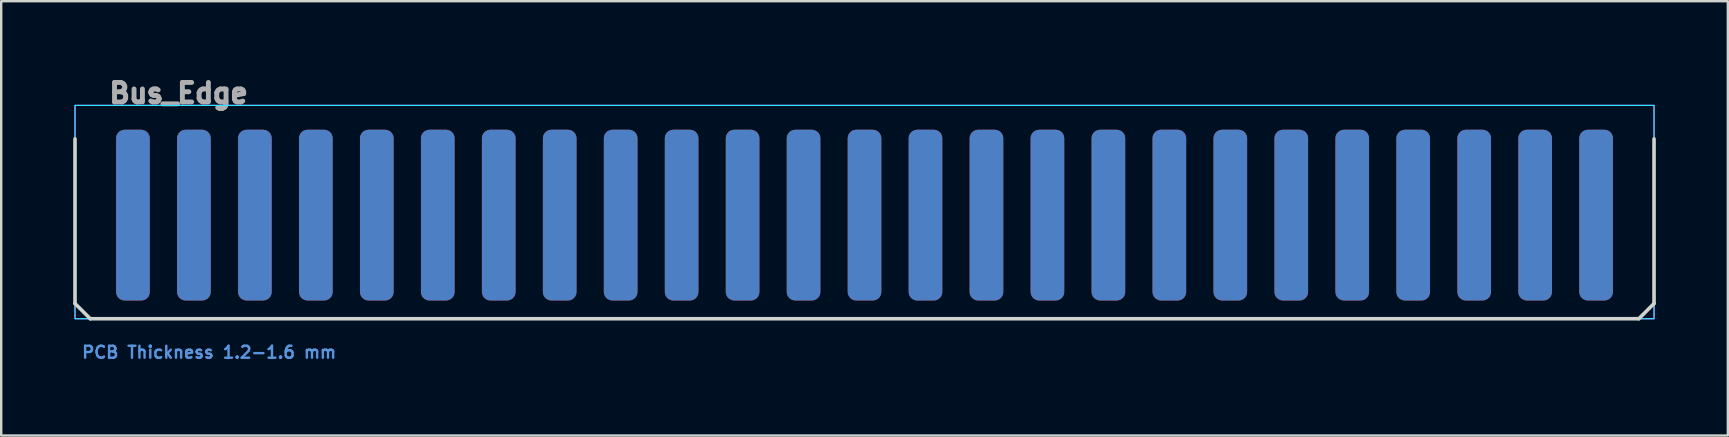
<source format=kicad_pcb>
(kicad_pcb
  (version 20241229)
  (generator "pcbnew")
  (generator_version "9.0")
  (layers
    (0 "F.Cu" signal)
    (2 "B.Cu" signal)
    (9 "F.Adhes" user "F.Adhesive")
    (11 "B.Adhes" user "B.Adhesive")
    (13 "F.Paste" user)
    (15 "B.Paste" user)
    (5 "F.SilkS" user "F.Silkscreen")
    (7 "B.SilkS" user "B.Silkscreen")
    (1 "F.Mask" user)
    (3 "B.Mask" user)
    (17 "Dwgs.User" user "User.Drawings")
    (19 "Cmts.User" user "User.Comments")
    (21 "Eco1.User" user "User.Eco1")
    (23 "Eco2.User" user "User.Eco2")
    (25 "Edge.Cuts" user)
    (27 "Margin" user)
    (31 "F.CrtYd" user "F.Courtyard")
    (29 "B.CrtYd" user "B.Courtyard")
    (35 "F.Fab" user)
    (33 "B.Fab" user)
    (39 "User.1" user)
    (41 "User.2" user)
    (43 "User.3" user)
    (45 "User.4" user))
  (footprint "Bus_Edge"
    (layer "F.Cu")
    (at 32.968 5.912)
    (property "Reference" "Bus_Edge" (at -28.575 -5.08 0) (layer "F.Fab") (effects (font (size 0.813 0.813) (thickness 0.203))))
    (attr exclude_from_pos_files exclude_from_bom allow_soldermask_bridges)
    (fp_rect (start -32.893 -3.175) (end 32.893 4.318) (stroke (width 0.05) (type solid)) (fill yes) (layer "F.Mask"))
    (fp_rect (start -32.766 -3.175) (end 32.893 4.318) (stroke (width 0.05) (type solid)) (fill yes) (layer "B.Mask"))
    (fp_line (start -32.893 3.683) (end -32.893 -3.175) (stroke (width 0.15) (type solid)) (layer "Edge.Cuts"))
    (fp_line (start -32.258 4.318) (end -32.893 3.683) (stroke (width 0.15) (type default)) (layer "Edge.Cuts"))
    (fp_line (start 32.258 4.318) (end -32.258 4.318) (stroke (width 0.15) (type solid)) (layer "Edge.Cuts"))
    (fp_line (start 32.258 4.318) (end 32.893 3.683) (stroke (width 0.15) (type default)) (layer "Edge.Cuts"))
    (fp_line (start 32.893 -3.175) (end 32.893 3.683) (stroke (width 0.15) (type solid)) (layer "Edge.Cuts"))
    (fp_rect (start -32.893 -4.572) (end 32.893 4.318) (stroke (width 0.05) (type default)) (fill no) (layer "B.CrtYd"))
    (fp_rect (start -32.893 -4.572) (end 32.893 4.318) (stroke (width 0.05) (type default)) (fill no) (layer "F.CrtYd"))
    (fp_text user "PCB Thickness 1.2-1.6 mm" (at -27.305 5.715 180) (layer "Cmts.User") (effects (font (size 0.5 0.5) (thickness 0.1))))
    (pad "1" connect roundrect (at -30.48 0 180) (size 1.4 7.112) (layers "F.Cu" "F.Mask") (roundrect_rratio 0.25))
    (pad "2" connect roundrect (at -27.94 0 180) (size 1.4 7.112) (layers "F.Cu" "F.Mask") (roundrect_rratio 0.25))
    (pad "3" connect roundrect (at -25.4 0 180) (size 1.4 7.112) (layers "F.Cu" "F.Mask") (roundrect_rratio 0.25))
    (pad "4" connect roundrect (at -22.86 0 180) (size 1.4 7.112) (layers "F.Cu" "F.Mask") (roundrect_rratio 0.25))
    (pad "5" connect roundrect (at -20.32 0 180) (size 1.4 7.112) (layers "F.Cu" "F.Mask") (roundrect_rratio 0.25))
    (pad "6" connect roundrect (at -17.78 0 180) (size 1.4 7.112) (layers "F.Cu" "F.Mask") (roundrect_rratio 0.25))
    (pad "7" connect roundrect (at -15.24 0 180) (size 1.4 7.112) (layers "F.Cu" "F.Mask") (roundrect_rratio 0.25))
    (pad "8" connect roundrect (at -12.7 0 180) (size 1.4 7.112) (layers "F.Cu" "F.Mask") (roundrect_rratio 0.25))
    (pad "9" connect roundrect (at -10.16 0 180) (size 1.4 7.112) (layers "F.Cu" "F.Mask") (roundrect_rratio 0.25))
    (pad "10" connect roundrect (at -7.62 0 180) (size 1.4 7.112) (layers "F.Cu" "F.Mask") (roundrect_rratio 0.25))
    (pad "11" connect roundrect (at -5.08 0 180) (size 1.4 7.112) (layers "F.Cu" "F.Mask") (roundrect_rratio 0.25))
    (pad "12" connect roundrect (at -2.54 0 180) (size 1.4 7.112) (layers "F.Cu" "F.Mask") (roundrect_rratio 0.25))
    (pad "13" connect roundrect (at 0 0 180) (size 1.4 7.112) (layers "F.Cu" "F.Mask") (roundrect_rratio 0.25))
    (pad "14" connect roundrect (at 2.54 0 180) (size 1.4 7.112) (layers "F.Cu" "F.Mask") (roundrect_rratio 0.25))
    (pad "15" connect roundrect (at 5.08 0 180) (size 1.4 7.112) (layers "F.Cu" "F.Mask") (roundrect_rratio 0.25))
    (pad "16" connect roundrect (at 7.62 0 180) (size 1.4 7.112) (layers "F.Cu" "F.Mask") (roundrect_rratio 0.25))
    (pad "17" connect roundrect (at 10.16 0 180) (size 1.4 7.112) (layers "F.Cu" "F.Mask") (roundrect_rratio 0.25))
    (pad "18" connect roundrect (at 12.7 0 180) (size 1.4 7.112) (layers "F.Cu" "F.Mask") (roundrect_rratio 0.25))
    (pad "19" connect roundrect (at 15.24 0 180) (size 1.4 7.112) (layers "F.Cu" "F.Mask") (roundrect_rratio 0.25))
    (pad "20" connect roundrect (at 17.78 0 180) (size 1.4 7.112) (layers "F.Cu" "F.Mask") (roundrect_rratio 0.25))
    (pad "21" connect roundrect (at 20.32 0 180) (size 1.4 7.112) (layers "F.Cu" "F.Mask") (roundrect_rratio 0.25))
    (pad "22" connect roundrect (at 22.86 0 180) (size 1.4 7.112) (layers "F.Cu" "F.Mask") (roundrect_rratio 0.25))
    (pad "23" connect roundrect (at 25.4 0 180) (size 1.4 7.112) (layers "F.Cu" "F.Mask") (roundrect_rratio 0.25))
    (pad "24" connect roundrect (at 27.94 0 180) (size 1.4 7.112) (layers "F.Cu" "F.Mask") (roundrect_rratio 0.25))
    (pad "25" connect roundrect (at 30.48 0 180) (size 1.4 7.112) (layers "F.Cu" "F.Mask") (roundrect_rratio 0.25))
    (pad "26" connect roundrect (at 30.48 0 180) (size 1.4 7.112) (layers "B.Cu" "B.Mask") (roundrect_rratio 0.25))
    (pad "27" connect roundrect (at 27.94 0 180) (size 1.4 7.112) (layers "B.Cu" "B.Mask") (roundrect_rratio 0.25))
    (pad "28" connect roundrect (at 25.4 0 180) (size 1.4 7.112) (layers "B.Cu" "B.Mask") (roundrect_rratio 0.25))
    (pad "29" connect roundrect (at 22.86 0 180) (size 1.4 7.112) (layers "B.Cu" "B.Mask") (roundrect_rratio 0.25))
    (pad "30" connect roundrect (at 20.32 0 180) (size 1.4 7.112) (layers "B.Cu" "B.Mask") (roundrect_rratio 0.25))
    (pad "31" connect roundrect (at 17.78 0 180) (size 1.4 7.112) (layers "B.Cu" "B.Mask") (roundrect_rratio 0.25))
    (pad "32" connect roundrect (at 15.24 0 180) (size 1.4 7.112) (layers "B.Cu" "B.Mask") (roundrect_rratio 0.25))
    (pad "33" connect roundrect (at 12.7 0 180) (size 1.4 7.112) (layers "B.Cu" "B.Mask") (roundrect_rratio 0.25))
    (pad "34" connect roundrect (at 10.16 0 180) (size 1.4 7.112) (layers "B.Cu" "B.Mask") (roundrect_rratio 0.25))
    (pad "35" connect roundrect (at 7.62 0 180) (size 1.4 7.112) (layers "B.Cu" "B.Mask") (roundrect_rratio 0.25))
    (pad "36" connect roundrect (at 5.08 0 180) (size 1.4 7.112) (layers "B.Cu" "B.Mask") (roundrect_rratio 0.25))
    (pad "37" connect roundrect (at 2.54 0 180) (size 1.4 7.112) (layers "B.Cu" "B.Mask") (roundrect_rratio 0.25))
    (pad "38" connect roundrect (at 0 0 180) (size 1.4 7.112) (layers "B.Cu" "B.Mask") (roundrect_rratio 0.25))
    (pad "39" connect roundrect (at -2.54 0 180) (size 1.4 7.112) (layers "B.Cu" "B.Mask") (roundrect_rratio 0.25))
    (pad "40" connect roundrect (at -5.08 0 180) (size 1.4 7.112) (layers "B.Cu" "B.Mask") (roundrect_rratio 0.25))
    (pad "41" connect roundrect (at -7.62 0 180) (size 1.4 7.112) (layers "B.Cu" "B.Mask") (roundrect_rratio 0.25))
    (pad "42" connect roundrect (at -10.16 0 180) (size 1.4 7.112) (layers "B.Cu" "B.Mask") (roundrect_rratio 0.25))
    (pad "43" connect roundrect (at -12.7 0 180) (size 1.4 7.112) (layers "B.Cu" "B.Mask") (roundrect_rratio 0.25))
    (pad "44" connect roundrect (at -15.24 0 180) (size 1.4 7.112) (layers "B.Cu" "B.Mask") (roundrect_rratio 0.25))
    (pad "45" connect roundrect (at -17.78 0 180) (size 1.4 7.112) (layers "B.Cu" "B.Mask") (roundrect_rratio 0.25))
    (pad "46" connect roundrect (at -20.32 0 180) (size 1.4 7.112) (layers "B.Cu" "B.Mask") (roundrect_rratio 0.25))
    (pad "47" connect roundrect (at -22.86 0 180) (size 1.4 7.112) (layers "B.Cu" "B.Mask") (roundrect_rratio 0.25))
    (pad "48" connect roundrect (at -25.4 0 180) (size 1.4 7.112) (layers "B.Cu" "B.Mask") (roundrect_rratio 0.25))
    (pad "49" connect roundrect (at -27.94 0 180) (size 1.4 7.112) (layers "B.Cu" "B.Mask") (roundrect_rratio 0.25))
    (pad "50" connect roundrect (at -30.48 0 180) (size 1.4 7.112) (layers "B.Cu" "B.Mask") (roundrect_rratio 0.25))
    (zone (net_name "") (layers "F.Cu" "F.Mask" "B.Cu" "B.Mask" "F.SilkS" "B.SilkS" "F.Adhes" "B.Adhes" "F.Paste" "B.Paste") (name "Bevel Area") (hatch edge 0.25) (connect_pads) (min_thickness 0.25) (filled_areas_thickness no) (keepout (tracks not_allowed) (vias not_allowed) (pads not_allowed) (copperpour not_allowed) (footprints not_allowed)) (placement (enabled no)) (fill) (polygon (pts (xy 0.075 10.23) (xy 0.075 9.494) (xy 65.861 9.494) (xy 65.861 10.23))))
    (zone (net_name "") (layers "F.Cu" "F.Mask" "B.Cu" "B.Mask" "F.SilkS" "B.SilkS" "F.Adhes" "B.Adhes" "F.Paste" "B.Paste") (hatch edge 0.5) (connect_pads) (min_thickness 0.25) (filled_areas_thickness no) (keepout (tracks allowed) (vias not_allowed) (pads not_allowed) (copperpour allowed) (footprints not_allowed)) (placement (enabled no)) (fill) (polygon (pts (xy 65.861 2.356) (xy 0.075 2.356) (xy 0.075 1.34) (xy 65.861 1.34))))
    (zone (net_name "") (layers "F.Cu" "F.Mask" "B.Cu" "B.Mask" "F.SilkS" "B.SilkS" "F.Adhes" "B.Adhes" "F.Paste" "B.Paste") (hatch edge 0.5) (connect_pads) (min_thickness 0.25) (filled_areas_thickness no) (keepout (tracks allowed) (vias not_allowed) (pads allowed) (copperpour not_allowed) (footprints not_allowed)) (placement (enabled no)) (fill) (polygon (pts (xy 65.861 9.494) (xy 0.075 9.494) (xy 0.075 2.356) (xy 65.861 2.356)))))
  (gr_rect
    (start -3 -3)
    (end 68.936 15.095)
    (stroke (width 0.1) (type default))
    (fill no)
    (layer "Edge.Cuts")))
</source>
